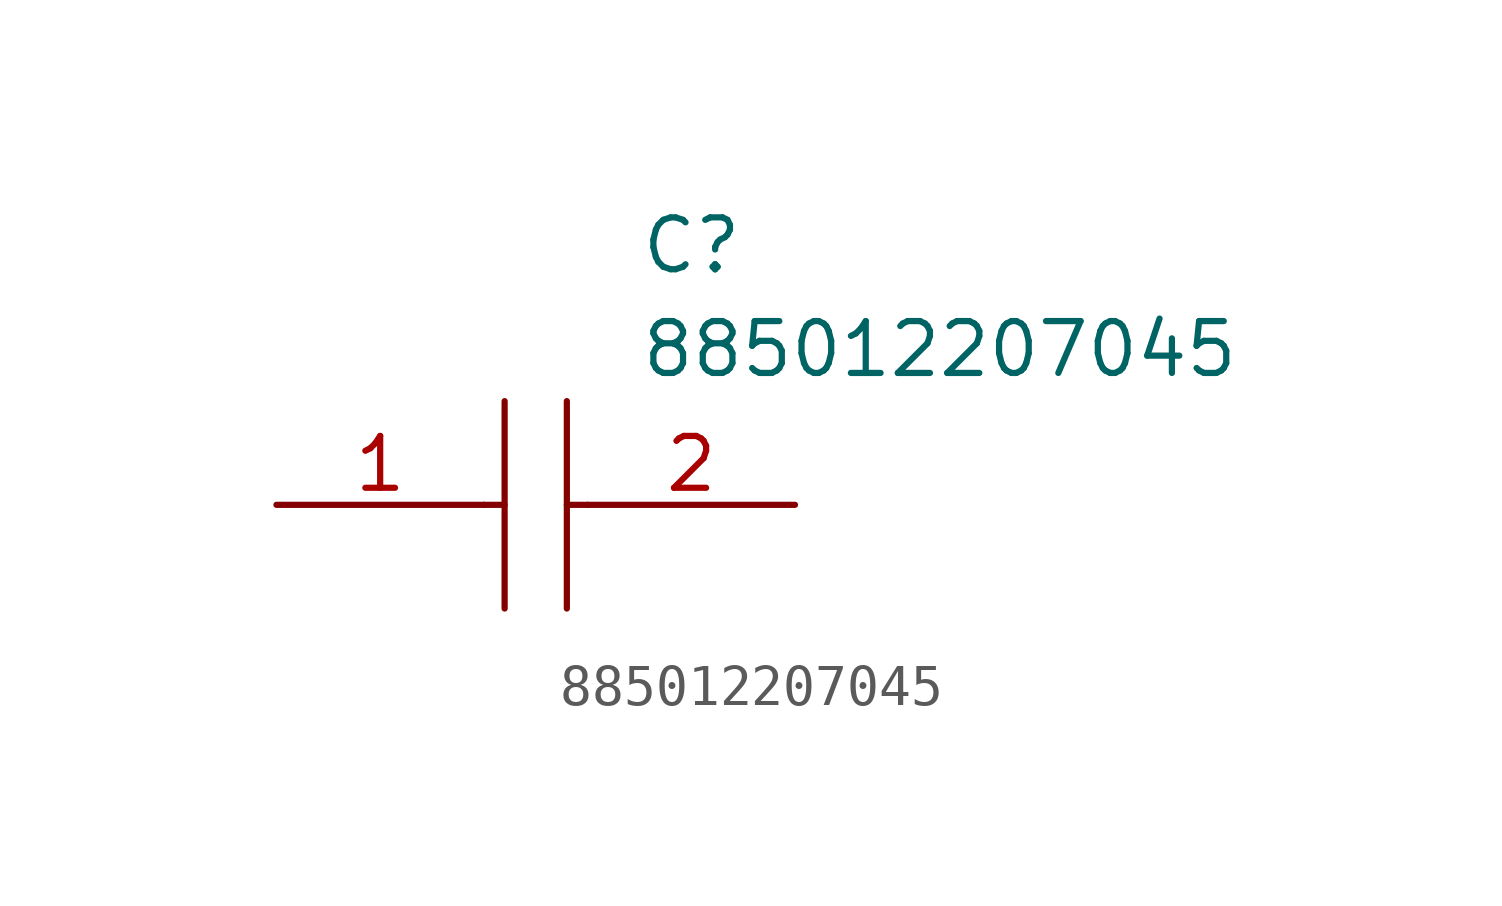
<source format=kicad_sym>
(kicad_symbol_lib
  (version 20211014)
  (generator kicad_symbol_editor)
  (symbol "885012207045"
    (pin_names
      (offset 0.762))
    (property "Reference" "C"
      (at 8.89 6.35 0)
      (effects (font (size 1.27 1.27)) (justify left)))
    (property "Value" "885012207045"
      (at 8.89 3.81 0)
      (effects (font (size 1.27 1.27)) (justify left)))
    (symbol "885012207045_0_0"
      (pin passive line (at 0 0 0) (length 5.08) (name "~" (effects (font (size 1.27 1.27)))) (number "1" (effects (font (size 1.27 1.27)))))
      (pin passive line (at 12.7 0 180) (length 5.08) (name "~" (effects (font (size 1.27 1.27)))) (number "2" (effects (font (size 1.27 1.27))))))
    (symbol "885012207045_0_1"
      (polyline (pts (xy 5.08 0) (xy 5.588 0)) (stroke (width 0.152) (type default) (color 0 0 0 0)) (fill (type background)))
      (polyline (pts (xy 5.588 2.54) (xy 5.588 -2.54)) (stroke (width 0.152) (type default) (color 0 0 0 0)) (fill (type background)))
      (polyline (pts (xy 7.112 0) (xy 7.62 0)) (stroke (width 0.152) (type default) (color 0 0 0 0)) (fill (type background)))
      (polyline (pts (xy 7.112 2.54) (xy 7.112 -2.54)) (stroke (width 0.152) (type default) (color 0 0 0 0)) (fill (type background))))))
</source>
